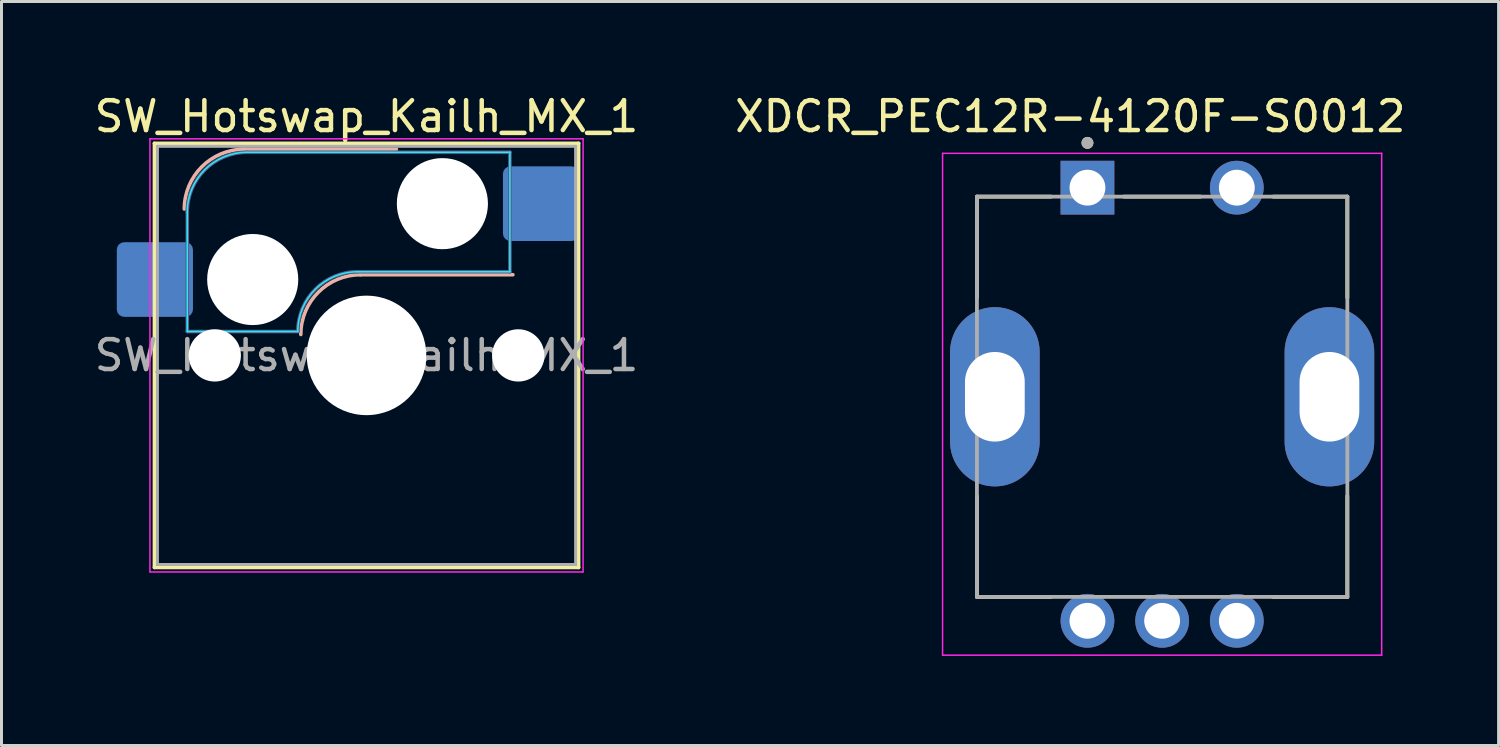
<source format=kicad_pcb>
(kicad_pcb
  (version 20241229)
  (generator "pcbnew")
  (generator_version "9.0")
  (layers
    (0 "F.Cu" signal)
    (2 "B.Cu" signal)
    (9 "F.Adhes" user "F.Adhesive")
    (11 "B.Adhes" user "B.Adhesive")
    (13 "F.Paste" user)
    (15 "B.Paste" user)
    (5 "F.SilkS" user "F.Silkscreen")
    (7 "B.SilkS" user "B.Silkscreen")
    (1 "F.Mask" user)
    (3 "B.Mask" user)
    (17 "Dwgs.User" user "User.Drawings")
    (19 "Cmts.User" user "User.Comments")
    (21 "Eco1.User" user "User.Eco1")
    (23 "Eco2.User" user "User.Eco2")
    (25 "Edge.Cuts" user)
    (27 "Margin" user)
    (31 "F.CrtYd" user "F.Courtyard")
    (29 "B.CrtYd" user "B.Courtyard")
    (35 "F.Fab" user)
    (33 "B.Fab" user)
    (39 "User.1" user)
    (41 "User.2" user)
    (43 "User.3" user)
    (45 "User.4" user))
  (footprint "SW_Hotswap_Kailh_MX_1"
    (layer "F.Cu")
    (at 9.22 8.848)
    (property "Reference" "SW_Hotswap_Kailh_MX_1" (at 0 -8 0) (layer "F.SilkS") (effects (font (size 1 1) (thickness 0.15))))
    (attr smd)
    (fp_line (start -7.1 -7.1) (end -7.1 7.1) (stroke (width 0.12) (type solid)) (layer "F.SilkS"))
    (fp_line (start -7.1 7.1) (end 7.1 7.1) (stroke (width 0.12) (type solid)) (layer "F.SilkS"))
    (fp_line (start 7.1 -7.1) (end -7.1 -7.1) (stroke (width 0.12) (type solid)) (layer "F.SilkS"))
    (fp_line (start 7.1 7.1) (end 7.1 -7.1) (stroke (width 0.12) (type solid)) (layer "F.SilkS"))
    (fp_line (start -4.1 -6.9) (end 1 -6.9) (stroke (width 0.12) (type solid)) (layer "B.SilkS"))
    (fp_line (start -0.2 -2.7) (end 4.9 -2.7) (stroke (width 0.12) (type solid)) (layer "B.SilkS"))
    (fp_arc (start -6.1 -4.9) (mid -5.514214 -6.314214) (end -4.1 -6.9) (stroke (width 0.12) (type solid)) (layer "B.SilkS"))
    (fp_arc (start -2.2 -0.7) (mid -1.614214 -2.114214) (end -0.2 -2.7) (stroke (width 0.12) (type solid)) (layer "B.SilkS"))
    (fp_line (start -7.8 -6) (end -7 -6) (stroke (width 0.1) (type solid)) (layer "Eco1.User"))
    (fp_line (start -7.8 -2.9) (end -7.8 -6) (stroke (width 0.1) (type solid)) (layer "Eco1.User"))
    (fp_line (start -7.8 2.9) (end -7 2.9) (stroke (width 0.1) (type solid)) (layer "Eco1.User"))
    (fp_line (start -7.8 6) (end -7.8 2.9) (stroke (width 0.1) (type solid)) (layer "Eco1.User"))
    (fp_line (start -7 -7) (end 7 -7) (stroke (width 0.1) (type solid)) (layer "Eco1.User"))
    (fp_line (start -7 -6) (end -7 -7) (stroke (width 0.1) (type solid)) (layer "Eco1.User"))
    (fp_line (start -7 -2.9) (end -7.8 -2.9) (stroke (width 0.1) (type solid)) (layer "Eco1.User"))
    (fp_line (start -7 2.9) (end -7 -2.9) (stroke (width 0.1) (type solid)) (layer "Eco1.User"))
    (fp_line (start -7 6) (end -7.8 6) (stroke (width 0.1) (type solid)) (layer "Eco1.User"))
    (fp_line (start -7 7) (end -7 6) (stroke (width 0.1) (type solid)) (layer "Eco1.User"))
    (fp_line (start 7 -7) (end 7 -6) (stroke (width 0.1) (type solid)) (layer "Eco1.User"))
    (fp_line (start 7 -6) (end 7.8 -6) (stroke (width 0.1) (type solid)) (layer "Eco1.User"))
    (fp_line (start 7 -2.9) (end 7 2.9) (stroke (width 0.1) (type solid)) (layer "Eco1.User"))
    (fp_line (start 7 2.9) (end 7.8 2.9) (stroke (width 0.1) (type solid)) (layer "Eco1.User"))
    (fp_line (start 7 6) (end 7 7) (stroke (width 0.1) (type solid)) (layer "Eco1.User"))
    (fp_line (start 7 7) (end -7 7) (stroke (width 0.1) (type solid)) (layer "Eco1.User"))
    (fp_line (start 7.8 -6) (end 7.8 -2.9) (stroke (width 0.1) (type solid)) (layer "Eco1.User"))
    (fp_line (start 7.8 -2.9) (end 7 -2.9) (stroke (width 0.1) (type solid)) (layer "Eco1.User"))
    (fp_line (start 7.8 2.9) (end 7.8 6) (stroke (width 0.1) (type solid)) (layer "Eco1.User"))
    (fp_line (start 7.8 6) (end 7 6) (stroke (width 0.1) (type solid)) (layer "Eco1.User"))
    (fp_line (start -6 -0.8) (end -6 -4.8) (stroke (width 0.05) (type solid)) (layer "B.CrtYd"))
    (fp_line (start -6 -0.8) (end -2.3 -0.8) (stroke (width 0.05) (type solid)) (layer "B.CrtYd"))
    (fp_line (start -4 -6.8) (end 4.8 -6.8) (stroke (width 0.05) (type solid)) (layer "B.CrtYd"))
    (fp_line (start -0.3 -2.8) (end 4.8 -2.8) (stroke (width 0.05) (type solid)) (layer "B.CrtYd"))
    (fp_line (start 4.8 -6.8) (end 4.8 -2.8) (stroke (width 0.05) (type solid)) (layer "B.CrtYd"))
    (fp_arc (start -6 -4.8) (mid -5.414214 -6.214214) (end -4 -6.8) (stroke (width 0.05) (type solid)) (layer "B.CrtYd"))
    (fp_arc (start -2.3 -0.8) (mid -1.714214 -2.214214) (end -0.3 -2.8) (stroke (width 0.05) (type solid)) (layer "B.CrtYd"))
    (fp_line (start -7.25 -7.25) (end -7.25 7.25) (stroke (width 0.05) (type solid)) (layer "F.CrtYd"))
    (fp_line (start -7.25 7.25) (end 7.25 7.25) (stroke (width 0.05) (type solid)) (layer "F.CrtYd"))
    (fp_line (start 7.25 -7.25) (end -7.25 -7.25) (stroke (width 0.05) (type solid)) (layer "F.CrtYd"))
    (fp_line (start 7.25 7.25) (end 7.25 -7.25) (stroke (width 0.05) (type solid)) (layer "F.CrtYd"))
    (fp_line (start -6 -0.8) (end -6 -4.8) (stroke (width 0.12) (type solid)) (layer "B.Fab"))
    (fp_line (start -6 -0.8) (end -2.3 -0.8) (stroke (width 0.12) (type solid)) (layer "B.Fab"))
    (fp_line (start -4 -6.8) (end 4.8 -6.8) (stroke (width 0.12) (type solid)) (layer "B.Fab"))
    (fp_line (start -0.3 -2.8) (end 4.8 -2.8) (stroke (width 0.12) (type solid)) (layer "B.Fab"))
    (fp_line (start 4.8 -6.8) (end 4.8 -2.8) (stroke (width 0.12) (type solid)) (layer "B.Fab"))
    (fp_arc (start -6 -4.8) (mid -5.414214 -6.214214) (end -4 -6.8) (stroke (width 0.12) (type solid)) (layer "B.Fab"))
    (fp_arc (start -2.3 -0.8) (mid -1.714214 -2.214214) (end -0.3 -2.8) (stroke (width 0.12) (type solid)) (layer "B.Fab"))
    (fp_line (start -7 -7) (end -7 7) (stroke (width 0.1) (type solid)) (layer "F.Fab"))
    (fp_line (start -7 7) (end 7 7) (stroke (width 0.1) (type solid)) (layer "F.Fab"))
    (fp_line (start 7 -7) (end -7 -7) (stroke (width 0.1) (type solid)) (layer "F.Fab"))
    (fp_line (start 7 7) (end 7 -7) (stroke (width 0.1) (type solid)) (layer "F.Fab"))
    (fp_text user "${REFERENCE}" (at 0 0 0) (layer "F.Fab") (effects (font (size 1 1) (thickness 0.15))))
    (pad "" np_thru_hole circle (at -5.08 0) (size 1.75 1.75) (drill 1.75) (layers "*.Cu" "*.Mask"))
    (pad "" np_thru_hole circle (at -3.81 -2.54) (size 3.05 3.05) (drill 3.05) (layers "*.Cu" "*.Mask"))
    (pad "" np_thru_hole circle (at 0 0) (size 4 4) (drill 4) (layers "*.Cu" "*.Mask"))
    (pad "" np_thru_hole circle (at 2.54 -5.08) (size 3.05 3.05) (drill 3.05) (layers "*.Cu" "*.Mask"))
    (pad "" np_thru_hole circle (at 5.08 0) (size 1.75 1.75) (drill 1.75) (layers "*.Cu" "*.Mask"))
    (pad "1" smd roundrect (at -7.085 -2.54) (size 2.55 2.5) (layers "B.Cu" "B.Mask" "B.Paste") (roundrect_rratio 0.1))
    (pad "2" smd roundrect (at 5.842 -5.08) (size 2.55 2.5) (layers "B.Cu" "B.Mask" "B.Paste") (roundrect_rratio 0.1)))
  (footprint "XDCR_PEC12R-4120F-S0012"
    (layer "F.Cu")
    (at 35.855 10.233)
    (property "Reference" "XDCR_PEC12R-4120F-S0012" (at -3.075 -9.385 0) (layer "F.SilkS") (effects (font (size 1 1) (thickness 0.15))))
    (attr through_hole)
    (fp_line (start -6.2 -6.7) (end -3.72 -6.7) (stroke (width 0.127) (type solid)) (layer "F.SilkS"))
    (fp_line (start -6.2 -3.32) (end -6.2 -6.7) (stroke (width 0.127) (type solid)) (layer "F.SilkS"))
    (fp_line (start -6.2 6.7) (end -6.2 3.32) (stroke (width 0.127) (type solid)) (layer "F.SilkS"))
    (fp_line (start -3.72 6.7) (end -6.2 6.7) (stroke (width 0.127) (type solid)) (layer "F.SilkS"))
    (fp_line (start -1.28 -6.7) (end 1.28 -6.7) (stroke (width 0.127) (type solid)) (layer "F.SilkS"))
    (fp_line (start 3.72 -6.7) (end 6.2 -6.7) (stroke (width 0.127) (type solid)) (layer "F.SilkS"))
    (fp_line (start 6.2 -6.7) (end 6.2 -3.32) (stroke (width 0.127) (type solid)) (layer "F.SilkS"))
    (fp_line (start 6.2 6.7) (end 3.72 6.7) (stroke (width 0.127) (type solid)) (layer "F.SilkS"))
    (fp_line (start 6.2 6.7) (end 6.2 3.32) (stroke (width 0.127) (type solid)) (layer "F.SilkS"))
    (fp_circle (center -2.5 -8.5) (end -2.4 -8.5) (stroke (width 0.2) (type solid)) (fill no) (layer "F.SilkS"))
    (fp_line (start -7.35 -8.15) (end -7.35 8.65) (stroke (width 0.05) (type solid)) (layer "F.CrtYd"))
    (fp_line (start -7.35 8.65) (end 7.35 8.65) (stroke (width 0.05) (type solid)) (layer "F.CrtYd"))
    (fp_line (start 7.35 -8.15) (end -7.35 -8.15) (stroke (width 0.05) (type solid)) (layer "F.CrtYd"))
    (fp_line (start 7.35 8.65) (end 7.35 -8.15) (stroke (width 0.05) (type solid)) (layer "F.CrtYd"))
    (fp_line (start -6.2 -6.7) (end 6.2 -6.7) (stroke (width 0.127) (type solid)) (layer "F.Fab"))
    (fp_line (start -6.2 6.7) (end -6.2 -6.7) (stroke (width 0.127) (type solid)) (layer "F.Fab"))
    (fp_line (start 6.2 -6.7) (end 6.2 6.7) (stroke (width 0.127) (type solid)) (layer "F.Fab"))
    (fp_line (start 6.2 6.7) (end -6.2 6.7) (stroke (width 0.127) (type solid)) (layer "F.Fab"))
    (fp_circle (center -2.5 -8.5) (end -2.4 -8.5) (stroke (width 0.2) (type solid)) (fill no) (layer "F.Fab"))
    (pad "1" thru_hole rect (at -2.5 -7) (size 1.8 1.8) (drill 1.2) (layers "*.Cu" "*.Mask"))
    (pad "2" thru_hole circle (at 2.5 -7) (size 1.8 1.8) (drill 1.2) (layers "*.Cu" "*.Mask"))
    (pad "A" thru_hole circle (at -2.5 7.5) (size 1.8 1.8) (drill 1.2) (layers "*.Cu" "*.Mask"))
    (pad "B" thru_hole circle (at 2.5 7.5) (size 1.8 1.8) (drill 1.2) (layers "*.Cu" "*.Mask"))
    (pad "C" thru_hole circle (at 0 7.5) (size 1.8 1.8) (drill 1.2) (layers "*.Cu" "*.Mask"))
    (pad "SH1" thru_hole oval (at -5.6 0) (size 3 6) (drill oval 2 3) (layers "*.Cu" "*.Mask"))
    (pad "SH2" thru_hole oval (at 5.6 0) (size 3 6) (drill oval 2 3) (layers "*.Cu" "*.Mask")))
  (gr_rect
    (start -3 -3)
    (end 47.119 21.908)
    (stroke (width 0.1) (type default))
    (fill no)
    (layer "Edge.Cuts")))
</source>
